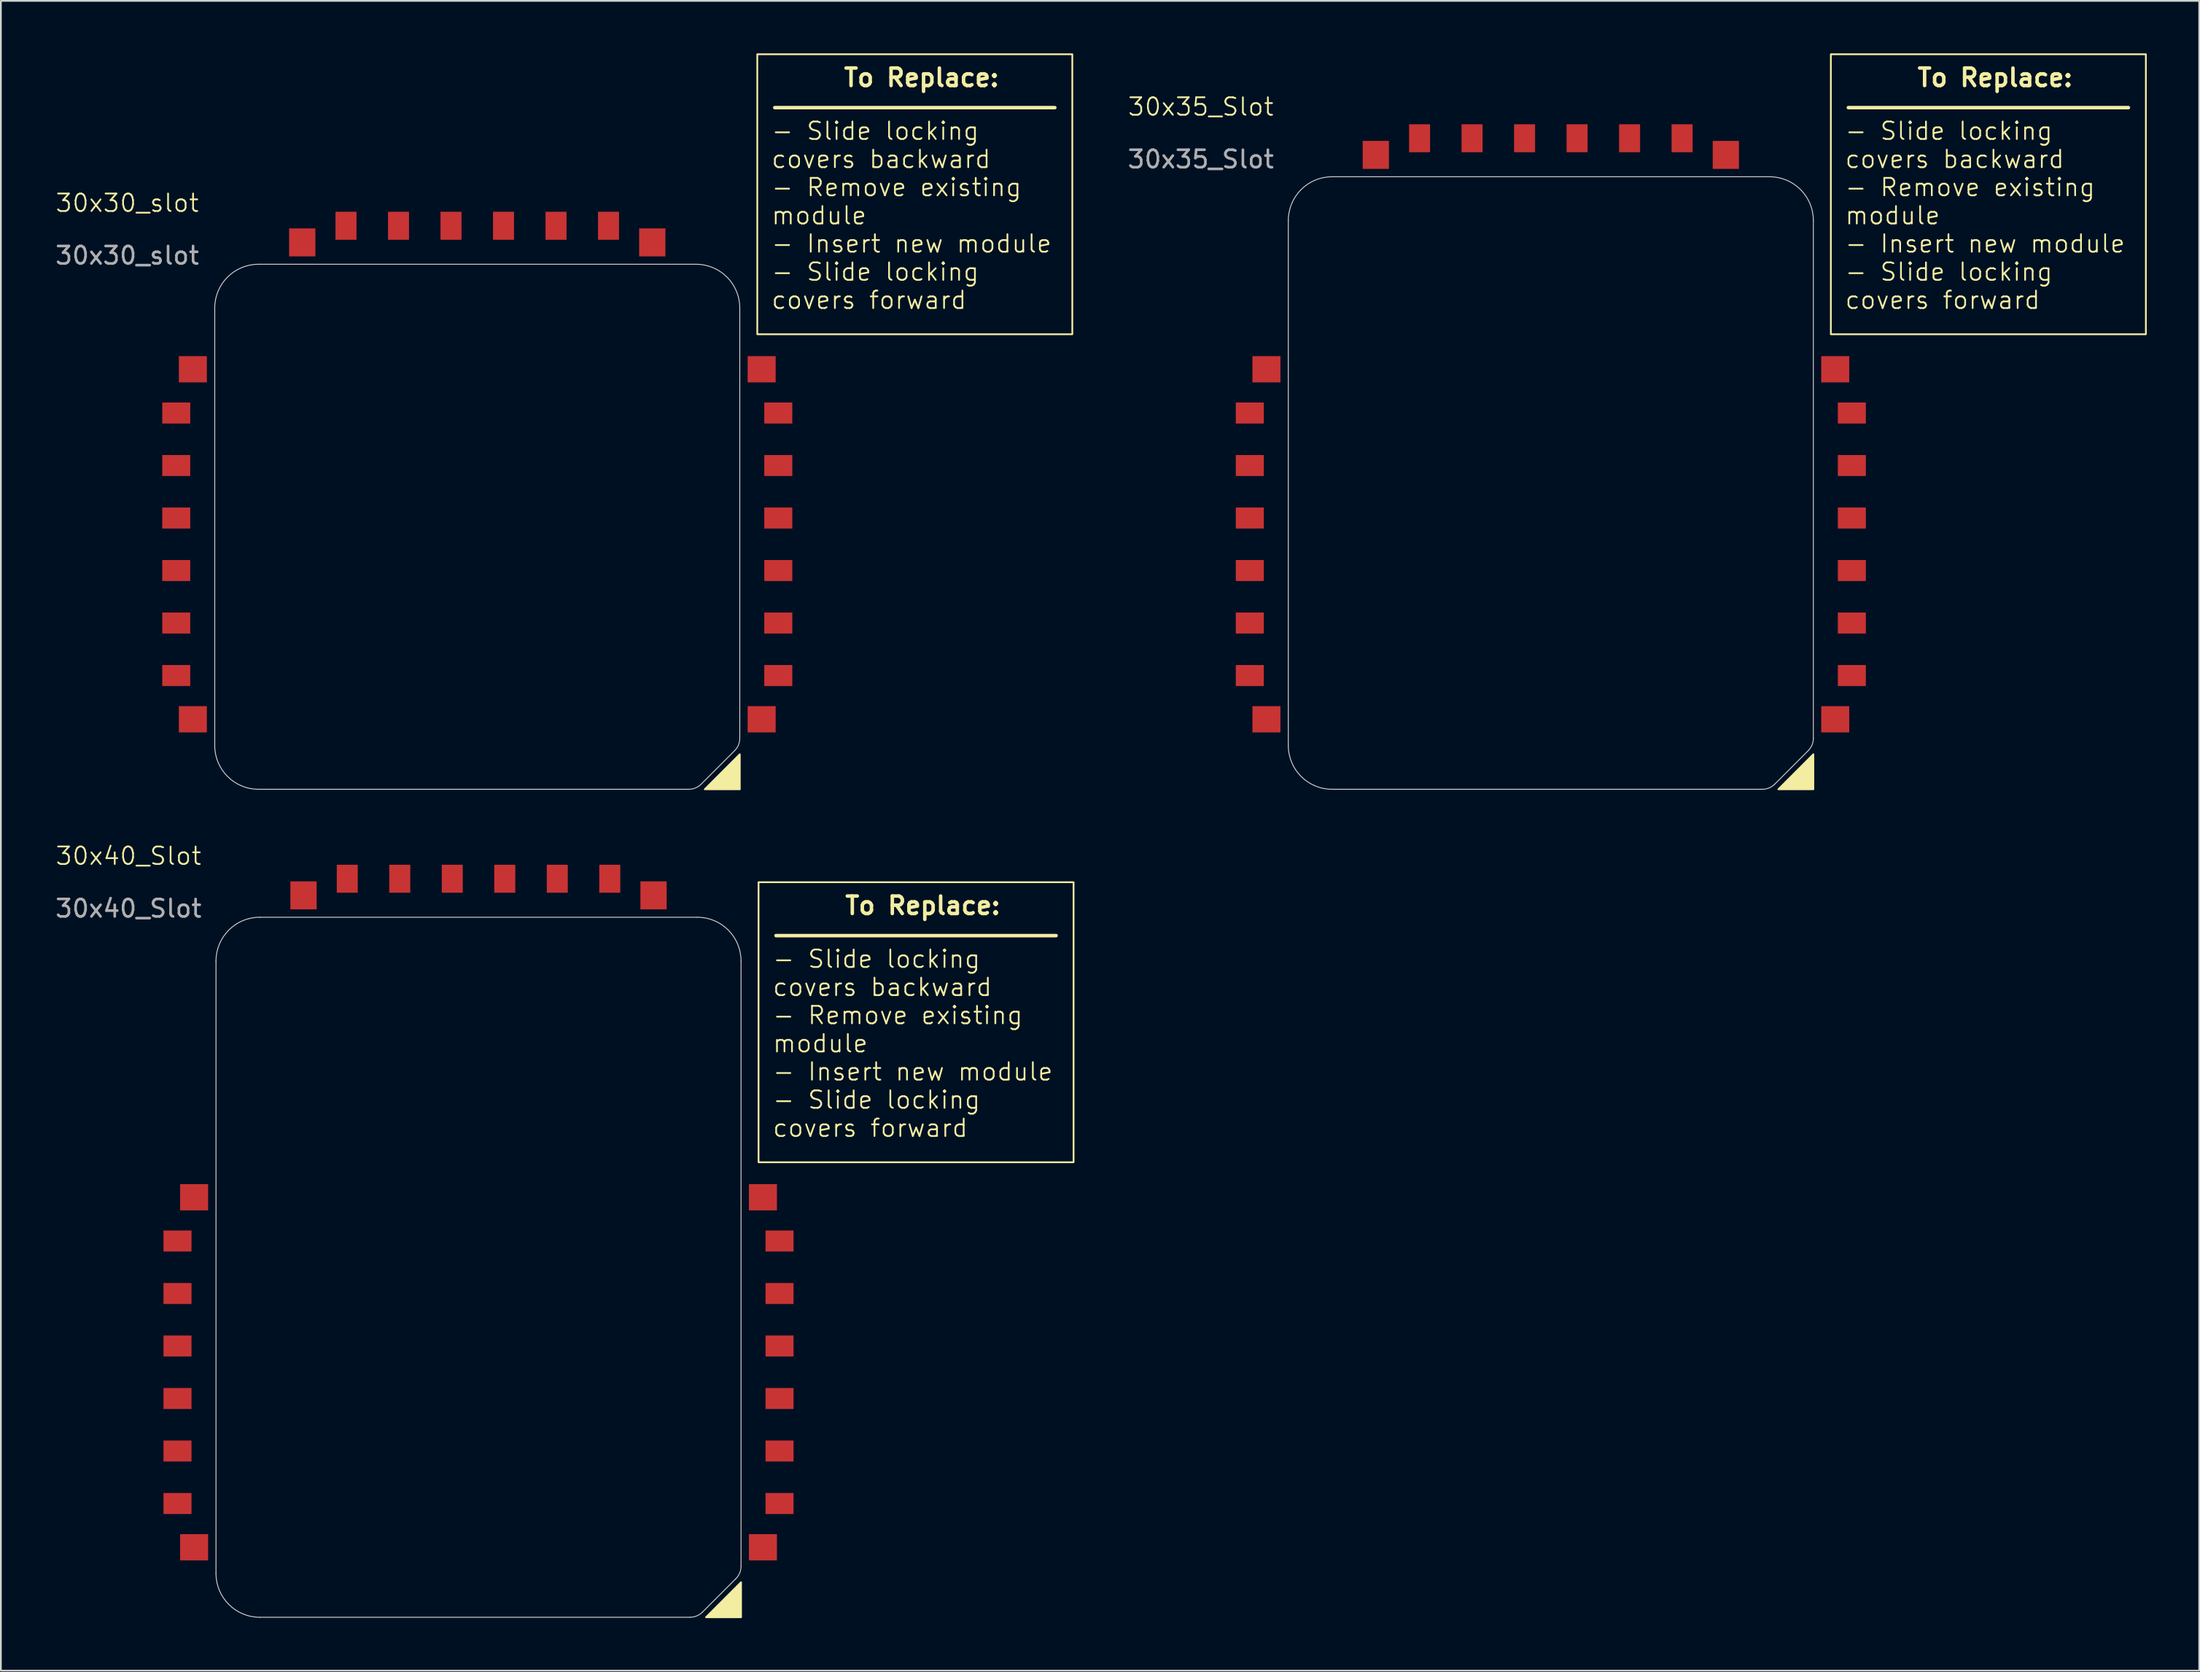
<source format=kicad_pcb>
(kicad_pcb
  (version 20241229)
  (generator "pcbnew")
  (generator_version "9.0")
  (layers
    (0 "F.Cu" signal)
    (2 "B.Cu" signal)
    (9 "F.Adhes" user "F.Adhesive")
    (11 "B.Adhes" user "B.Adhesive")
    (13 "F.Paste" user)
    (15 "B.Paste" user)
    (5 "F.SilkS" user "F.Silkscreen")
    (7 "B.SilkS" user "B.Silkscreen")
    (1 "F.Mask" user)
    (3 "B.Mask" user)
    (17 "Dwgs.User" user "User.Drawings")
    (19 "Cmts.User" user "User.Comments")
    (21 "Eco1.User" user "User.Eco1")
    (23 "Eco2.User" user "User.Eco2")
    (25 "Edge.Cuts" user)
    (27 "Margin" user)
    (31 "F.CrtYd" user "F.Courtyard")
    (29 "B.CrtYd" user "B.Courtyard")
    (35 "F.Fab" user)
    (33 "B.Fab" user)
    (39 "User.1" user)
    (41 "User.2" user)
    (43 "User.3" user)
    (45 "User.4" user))
  (footprint "30x40_Slot"
    (layer "F.Cu")
    (at 9.292 49.361)
    (property "Reference" "30x40_Slot" (at -5 -3.5 0) (unlocked yes) (layer "F.SilkS") (effects (font (size 1 1) (thickness 0.1))))
    (attr smd)
    (fp_line (start 32 1.05) (end 48 1.05) (stroke (width 0.2) (type default)) (layer "F.SilkS"))
    (fp_poly (pts (xy 30 38) (xy 28 40) (xy 30 40)) (stroke (width 0.1) (type solid)) (fill yes) (layer "F.SilkS"))
    (fp_line (start 0 37.5) (end 0 2.5) (stroke (width 0.05) (type default)) (layer "Edge.Cuts"))
    (fp_line (start 2.5 0) (end 27.5 0) (stroke (width 0.05) (type default)) (layer "Edge.Cuts"))
    (fp_line (start 27.086 40) (end 2.5 40) (stroke (width 0.05) (type default)) (layer "Edge.Cuts"))
    (fp_line (start 29.707 37.793) (end 27.793 39.707) (stroke (width 0.05) (type default)) (layer "Edge.Cuts"))
    (fp_line (start 30 2.5) (end 30 37.086) (stroke (width 0.05) (type default)) (layer "Edge.Cuts"))
    (fp_arc (start 0 2.5) (mid 0.732233 0.732233) (end 2.5 0) (stroke (width 0.05) (type default)) (layer "Edge.Cuts"))
    (fp_arc (start 2.5 40) (mid 0.732233 39.267767) (end 0 37.5) (stroke (width 0.05) (type default)) (layer "Edge.Cuts"))
    (fp_arc (start 27.5 0) (mid 29.267767 0.732233) (end 30 2.5) (stroke (width 0.05) (type default)) (layer "Edge.Cuts"))
    (fp_arc (start 27.792893 39.707107) (mid 27.468468 39.923875) (end 27.085786 40) (stroke (width 0.05) (type default)) (layer "Edge.Cuts"))
    (fp_arc (start 30 37.085786) (mid 29.923884 37.468471) (end 29.707107 37.792893) (stroke (width 0.05) (type default)) (layer "Edge.Cuts"))
    (fp_text user "${REFERENCE}" (at -5 -0.5 0) (unlocked yes) (layer "F.Fab") (effects (font (size 1 1) (thickness 0.15))))
    (fp_text_box " To Replace:\n\n" (start 31 -2) (end 49 14) (margins 0.8 0.8 0.8 0.8) (layer "F.SilkS") (effects (font (size 1 1) (thickness 0.2) (bold yes)) (justify top)) (border yes) (stroke (width 0.1) (type solid)))
    (fp_text_box "- Slide locking covers backward\n- Remove existing module\n- Insert new module\n- Slide locking covers forward" (start 31 1.05) (end 49 13.05) (margins 0.75 0.75 0.75 0.75) (layer "F.SilkS") (effects (font (size 1 1) (thickness 0.1)) (justify left top)) (border no) (stroke (width -0.000001) (type solid)))
    (pad "" smd rect (at -1.25 16 180) (size 1.6 1.5) (layers "F.Cu" "F.Mask" "F.Paste"))
    (pad "" smd rect (at -1.25 36 180) (size 1.6 1.5) (layers "F.Cu" "F.Mask" "F.Paste"))
    (pad "" smd rect (at 5 -1.25 90) (size 1.6 1.5) (layers "F.Cu" "F.Mask" "F.Paste"))
    (pad "" smd rect (at 25 -1.25 90) (size 1.6 1.5) (layers "F.Cu" "F.Mask" "F.Paste"))
    (pad "" smd rect (at 31.25 16) (size 1.6 1.5) (layers "F.Cu" "F.Mask" "F.Paste"))
    (pad "" smd rect (at 31.25 36) (size 1.6 1.5) (layers "F.Cu" "F.Mask" "F.Paste"))
    (pad "1" smd rect (at 22.5 -2.2 180) (size 1.2 1.6) (layers "F.Cu" "F.Mask" "F.Paste"))
    (pad "2" smd rect (at 19.5 -2.2 180) (size 1.2 1.6) (layers "F.Cu" "F.Mask" "F.Paste"))
    (pad "3" smd rect (at 16.5 -2.2 180) (size 1.2 1.6) (layers "F.Cu" "F.Mask" "F.Paste"))
    (pad "4" smd rect (at 13.5 -2.2 180) (size 1.2 1.6) (layers "F.Cu" "F.Mask" "F.Paste"))
    (pad "5" smd rect (at 10.5 -2.2 180) (size 1.2 1.6) (layers "F.Cu" "F.Mask" "F.Paste"))
    (pad "6" smd rect (at 7.5 -2.2 180) (size 1.2 1.6) (layers "F.Cu" "F.Mask" "F.Paste"))
    (pad "7" smd rect (at -2.2 18.5 270) (size 1.2 1.6) (layers "F.Cu" "F.Mask" "F.Paste"))
    (pad "8" smd rect (at -2.2 21.5 270) (size 1.2 1.6) (layers "F.Cu" "F.Mask" "F.Paste"))
    (pad "9" smd rect (at -2.2 24.5 270) (size 1.2 1.6) (layers "F.Cu" "F.Mask" "F.Paste"))
    (pad "10" smd rect (at -2.2 27.5 270) (size 1.2 1.6) (layers "F.Cu" "F.Mask" "F.Paste"))
    (pad "11" smd rect (at -2.2 30.5 270) (size 1.2 1.6) (layers "F.Cu" "F.Mask" "F.Paste"))
    (pad "12" smd rect (at -2.2 33.5 270) (size 1.2 1.6) (layers "F.Cu" "F.Mask" "F.Paste"))
    (pad "13" smd rect (at 32.2 33.5 90) (size 1.2 1.6) (layers "F.Cu" "F.Mask" "F.Paste"))
    (pad "14" smd rect (at 32.2 30.5 90) (size 1.2 1.6) (layers "F.Cu" "F.Mask" "F.Paste"))
    (pad "15" smd rect (at 32.2 27.5 90) (size 1.2 1.6) (layers "F.Cu" "F.Mask" "F.Paste"))
    (pad "16" smd rect (at 32.2 24.5 90) (size 1.2 1.6) (layers "F.Cu" "F.Mask" "F.Paste"))
    (pad "17" smd rect (at 32.2 21.5 90) (size 1.2 1.6) (layers "F.Cu" "F.Mask" "F.Paste"))
    (pad "18" smd rect (at 32.2 18.5 90) (size 1.2 1.6) (layers "F.Cu" "F.Mask" "F.Paste")))
  (footprint "30x35_Slot"
    (layer "F.Cu")
    (at 70.562 7.05)
    (property "Reference" "30x35_Slot" (at -5 -4 0) (unlocked yes) (layer "F.SilkS") (effects (font (size 1 1) (thickness 0.1))))
    (attr smd)
    (fp_line (start 32 -3.95) (end 48 -3.95) (stroke (width 0.2) (type default)) (layer "F.SilkS"))
    (fp_poly (pts (xy 30 33) (xy 28 35) (xy 30 35)) (stroke (width 0.1) (type solid)) (fill yes) (layer "F.SilkS"))
    (fp_line (start 0 32.5) (end 0 2.5) (stroke (width 0.05) (type default)) (layer "Edge.Cuts"))
    (fp_line (start 2.5 0) (end 27.5 0) (stroke (width 0.05) (type default)) (layer "Edge.Cuts"))
    (fp_line (start 27.086 35) (end 2.5 35) (stroke (width 0.05) (type default)) (layer "Edge.Cuts"))
    (fp_line (start 29.707 32.793) (end 27.793 34.707) (stroke (width 0.05) (type default)) (layer "Edge.Cuts"))
    (fp_line (start 30 2.5) (end 30 32.086) (stroke (width 0.05) (type default)) (layer "Edge.Cuts"))
    (fp_arc (start 0 2.5) (mid 0.732233 0.732233) (end 2.5 0) (stroke (width 0.05) (type default)) (layer "Edge.Cuts"))
    (fp_arc (start 2.5 35) (mid 0.732233 34.267767) (end 0 32.5) (stroke (width 0.05) (type default)) (layer "Edge.Cuts"))
    (fp_arc (start 27.5 0) (mid 29.2678 0.732219) (end 30 2.5) (stroke (width 0.05) (type default)) (layer "Edge.Cuts"))
    (fp_arc (start 27.792893 34.707107) (mid 27.468469 34.923875) (end 27.085786 35) (stroke (width 0.05) (type default)) (layer "Edge.Cuts"))
    (fp_arc (start 30 32.085786) (mid 29.923884 32.468472) (end 29.707107 32.792893) (stroke (width 0.05) (type default)) (layer "Edge.Cuts"))
    (fp_text user "${REFERENCE}" (at -5 -1 0) (unlocked yes) (layer "F.Fab") (effects (font (size 1 1) (thickness 0.15))))
    (fp_text_box "- Slide locking covers backward\n- Remove existing module\n- Insert new module\n- Slide locking covers forward" (start 31 -3.95) (end 49 8.05) (margins 0.75 0.75 0.75 0.75) (layer "F.SilkS") (effects (font (size 1 1) (thickness 0.1)) (justify left top)) (border no) (stroke (width -0.000001) (type solid)))
    (fp_text_box " To Replace:\n\n" (start 31 -7) (end 49 9) (margins 0.8 0.8 0.8 0.8) (layer "F.SilkS") (effects (font (size 1 1) (thickness 0.2) (bold yes)) (justify top)) (border yes) (stroke (width 0.1) (type solid)))
    (pad "" smd rect (at -1.25 11 180) (size 1.6 1.5) (layers "F.Cu" "F.Mask" "F.Paste"))
    (pad "" smd rect (at -1.25 31 180) (size 1.6 1.5) (layers "F.Cu" "F.Mask" "F.Paste"))
    (pad "" smd rect (at 5 -1.25 90) (size 1.6 1.5) (layers "F.Cu" "F.Mask" "F.Paste"))
    (pad "" smd rect (at 25 -1.25 90) (size 1.6 1.5) (layers "F.Cu" "F.Mask" "F.Paste"))
    (pad "" smd rect (at 31.25 11) (size 1.6 1.5) (layers "F.Cu" "F.Mask" "F.Paste"))
    (pad "" smd rect (at 31.25 31) (size 1.6 1.5) (layers "F.Cu" "F.Mask" "F.Paste"))
    (pad "1" smd rect (at 22.5 -2.2 180) (size 1.2 1.6) (layers "F.Cu" "F.Mask" "F.Paste"))
    (pad "2" smd rect (at 19.5 -2.2 180) (size 1.2 1.6) (layers "F.Cu" "F.Mask" "F.Paste"))
    (pad "3" smd rect (at 16.5 -2.2 180) (size 1.2 1.6) (layers "F.Cu" "F.Mask" "F.Paste"))
    (pad "4" smd rect (at 13.5 -2.2 180) (size 1.2 1.6) (layers "F.Cu" "F.Mask" "F.Paste"))
    (pad "5" smd rect (at 10.5 -2.2 180) (size 1.2 1.6) (layers "F.Cu" "F.Mask" "F.Paste"))
    (pad "6" smd rect (at 7.5 -2.2 180) (size 1.2 1.6) (layers "F.Cu" "F.Mask" "F.Paste"))
    (pad "7" smd rect (at -2.2 13.5 270) (size 1.2 1.6) (layers "F.Cu" "F.Mask" "F.Paste"))
    (pad "8" smd rect (at -2.2 16.5 270) (size 1.2 1.6) (layers "F.Cu" "F.Mask" "F.Paste"))
    (pad "9" smd rect (at -2.2 19.5 270) (size 1.2 1.6) (layers "F.Cu" "F.Mask" "F.Paste"))
    (pad "10" smd rect (at -2.2 22.5 270) (size 1.2 1.6) (layers "F.Cu" "F.Mask" "F.Paste"))
    (pad "11" smd rect (at -2.2 25.5 270) (size 1.2 1.6) (layers "F.Cu" "F.Mask" "F.Paste"))
    (pad "12" smd rect (at -2.2 28.5 270) (size 1.2 1.6) (layers "F.Cu" "F.Mask" "F.Paste"))
    (pad "13" smd rect (at 32.2 28.5 90) (size 1.2 1.6) (layers "F.Cu" "F.Mask" "F.Paste"))
    (pad "14" smd rect (at 32.2 25.5 90) (size 1.2 1.6) (layers "F.Cu" "F.Mask" "F.Paste"))
    (pad "15" smd rect (at 32.2 22.5 90) (size 1.2 1.6) (layers "F.Cu" "F.Mask" "F.Paste"))
    (pad "16" smd rect (at 32.2 19.5 90) (size 1.2 1.6) (layers "F.Cu" "F.Mask" "F.Paste"))
    (pad "17" smd rect (at 32.2 16.5 90) (size 1.2 1.6) (layers "F.Cu" "F.Mask" "F.Paste"))
    (pad "18" smd rect (at 32.2 13.5 90) (size 1.2 1.6) (layers "F.Cu" "F.Mask" "F.Paste")))
  (footprint "30x30_slot"
    (layer "F.Cu")
    (at 9.22 12.05)
    (property "Reference" "30x30_slot" (at -5 -3.5 0) (unlocked yes) (layer "F.SilkS") (effects (font (size 1 1) (thickness 0.1))))
    (attr smd)
    (fp_line (start 32 -8.95) (end 48 -8.95) (stroke (width 0.2) (type default)) (layer "F.SilkS"))
    (fp_poly (pts (xy 30 28) (xy 28 30) (xy 30 30)) (stroke (width 0.1) (type solid)) (fill yes) (layer "F.SilkS"))
    (fp_line (start 0 27.5) (end 0 2.5) (stroke (width 0.05) (type default)) (layer "Edge.Cuts"))
    (fp_line (start 2.5 0) (end 27.5 0) (stroke (width 0.05) (type default)) (layer "Edge.Cuts"))
    (fp_line (start 27.086 30) (end 2.5 30) (stroke (width 0.05) (type default)) (layer "Edge.Cuts"))
    (fp_line (start 29.707 27.793) (end 27.793 29.707) (stroke (width 0.05) (type default)) (layer "Edge.Cuts"))
    (fp_line (start 30 2.5) (end 30 27.086) (stroke (width 0.05) (type default)) (layer "Edge.Cuts"))
    (fp_arc (start 0 2.5) (mid 0.732233 0.732233) (end 2.5 0) (stroke (width 0.05) (type default)) (layer "Edge.Cuts"))
    (fp_arc (start 2.5 30) (mid 0.732233 29.267767) (end 0 27.5) (stroke (width 0.05) (type default)) (layer "Edge.Cuts"))
    (fp_arc (start 27.5 0) (mid 29.2678 0.732219) (end 30 2.5) (stroke (width 0.05) (type default)) (layer "Edge.Cuts"))
    (fp_arc (start 27.792893 29.707107) (mid 27.468468 29.923875) (end 27.085786 30) (stroke (width 0.05) (type default)) (layer "Edge.Cuts"))
    (fp_arc (start 30 27.085786) (mid 29.923884 27.468471) (end 29.707107 27.792893) (stroke (width 0.05) (type default)) (layer "Edge.Cuts"))
    (fp_text user "${REFERENCE}" (at -5 -0.5 0) (unlocked yes) (layer "F.Fab") (effects (font (size 1 1) (thickness 0.15))))
    (fp_text_box " To Replace:\n\n" (start 31 -12) (end 49 4) (margins 0.8 0.8 0.8 0.8) (layer "F.SilkS") (effects (font (size 1 1) (thickness 0.2) (bold yes)) (justify top)) (border yes) (stroke (width 0.1) (type solid)))
    (fp_text_box "- Slide locking covers backward\n- Remove existing module\n- Insert new module\n- Slide locking covers forward" (start 31 -8.95) (end 49 3.05) (margins 0.75 0.75 0.75 0.75) (layer "F.SilkS") (effects (font (size 1 1) (thickness 0.1)) (justify left top)) (border no) (stroke (width -0.000001) (type solid)))
    (pad "" smd rect (at -1.25 6 180) (size 1.6 1.5) (layers "F.Cu" "F.Mask" "F.Paste"))
    (pad "" smd rect (at -1.25 26 180) (size 1.6 1.5) (layers "F.Cu" "F.Mask" "F.Paste"))
    (pad "" smd rect (at 5 -1.25 90) (size 1.6 1.5) (layers "F.Cu" "F.Mask" "F.Paste"))
    (pad "" smd rect (at 25 -1.25 90) (size 1.6 1.5) (layers "F.Cu" "F.Mask" "F.Paste"))
    (pad "" smd rect (at 31.25 6) (size 1.6 1.5) (layers "F.Cu" "F.Mask" "F.Paste"))
    (pad "" smd rect (at 31.25 26) (size 1.6 1.5) (layers "F.Cu" "F.Mask" "F.Paste"))
    (pad "1" smd rect (at 22.5 -2.2 180) (size 1.2 1.6) (layers "F.Cu" "F.Mask" "F.Paste"))
    (pad "2" smd rect (at 19.5 -2.2 180) (size 1.2 1.6) (layers "F.Cu" "F.Mask" "F.Paste"))
    (pad "3" smd rect (at 16.5 -2.2 180) (size 1.2 1.6) (layers "F.Cu" "F.Mask" "F.Paste"))
    (pad "4" smd rect (at 13.5 -2.2 180) (size 1.2 1.6) (layers "F.Cu" "F.Mask" "F.Paste"))
    (pad "5" smd rect (at 10.5 -2.2 180) (size 1.2 1.6) (layers "F.Cu" "F.Mask" "F.Paste"))
    (pad "6" smd rect (at 7.5 -2.2 180) (size 1.2 1.6) (layers "F.Cu" "F.Mask" "F.Paste"))
    (pad "7" smd rect (at -2.2 8.5 270) (size 1.2 1.6) (layers "F.Cu" "F.Mask" "F.Paste"))
    (pad "8" smd rect (at -2.2 11.5 270) (size 1.2 1.6) (layers "F.Cu" "F.Mask" "F.Paste"))
    (pad "9" smd rect (at -2.2 14.5 270) (size 1.2 1.6) (layers "F.Cu" "F.Mask" "F.Paste"))
    (pad "10" smd rect (at -2.2 17.5 270) (size 1.2 1.6) (layers "F.Cu" "F.Mask" "F.Paste"))
    (pad "11" smd rect (at -2.2 20.5 270) (size 1.2 1.6) (layers "F.Cu" "F.Mask" "F.Paste"))
    (pad "12" smd rect (at -2.2 23.5 270) (size 1.2 1.6) (layers "F.Cu" "F.Mask" "F.Paste"))
    (pad "13" smd rect (at 32.2 23.5 90) (size 1.2 1.6) (layers "F.Cu" "F.Mask" "F.Paste"))
    (pad "14" smd rect (at 32.2 20.5 90) (size 1.2 1.6) (layers "F.Cu" "F.Mask" "F.Paste"))
    (pad "15" smd rect (at 32.2 17.5 90) (size 1.2 1.6) (layers "F.Cu" "F.Mask" "F.Paste"))
    (pad "16" smd rect (at 32.2 14.5 90) (size 1.2 1.6) (layers "F.Cu" "F.Mask" "F.Paste"))
    (pad "17" smd rect (at 32.2 11.5 90) (size 1.2 1.6) (layers "F.Cu" "F.Mask" "F.Paste"))
    (pad "18" smd rect (at 32.2 8.5 90) (size 1.2 1.6) (layers "F.Cu" "F.Mask" "F.Paste")))
  (gr_rect
    (start -3 -3)
    (end 122.612 92.41)
    (stroke (width 0.1) (type default))
    (fill no)
    (layer "Edge.Cuts")))
</source>
